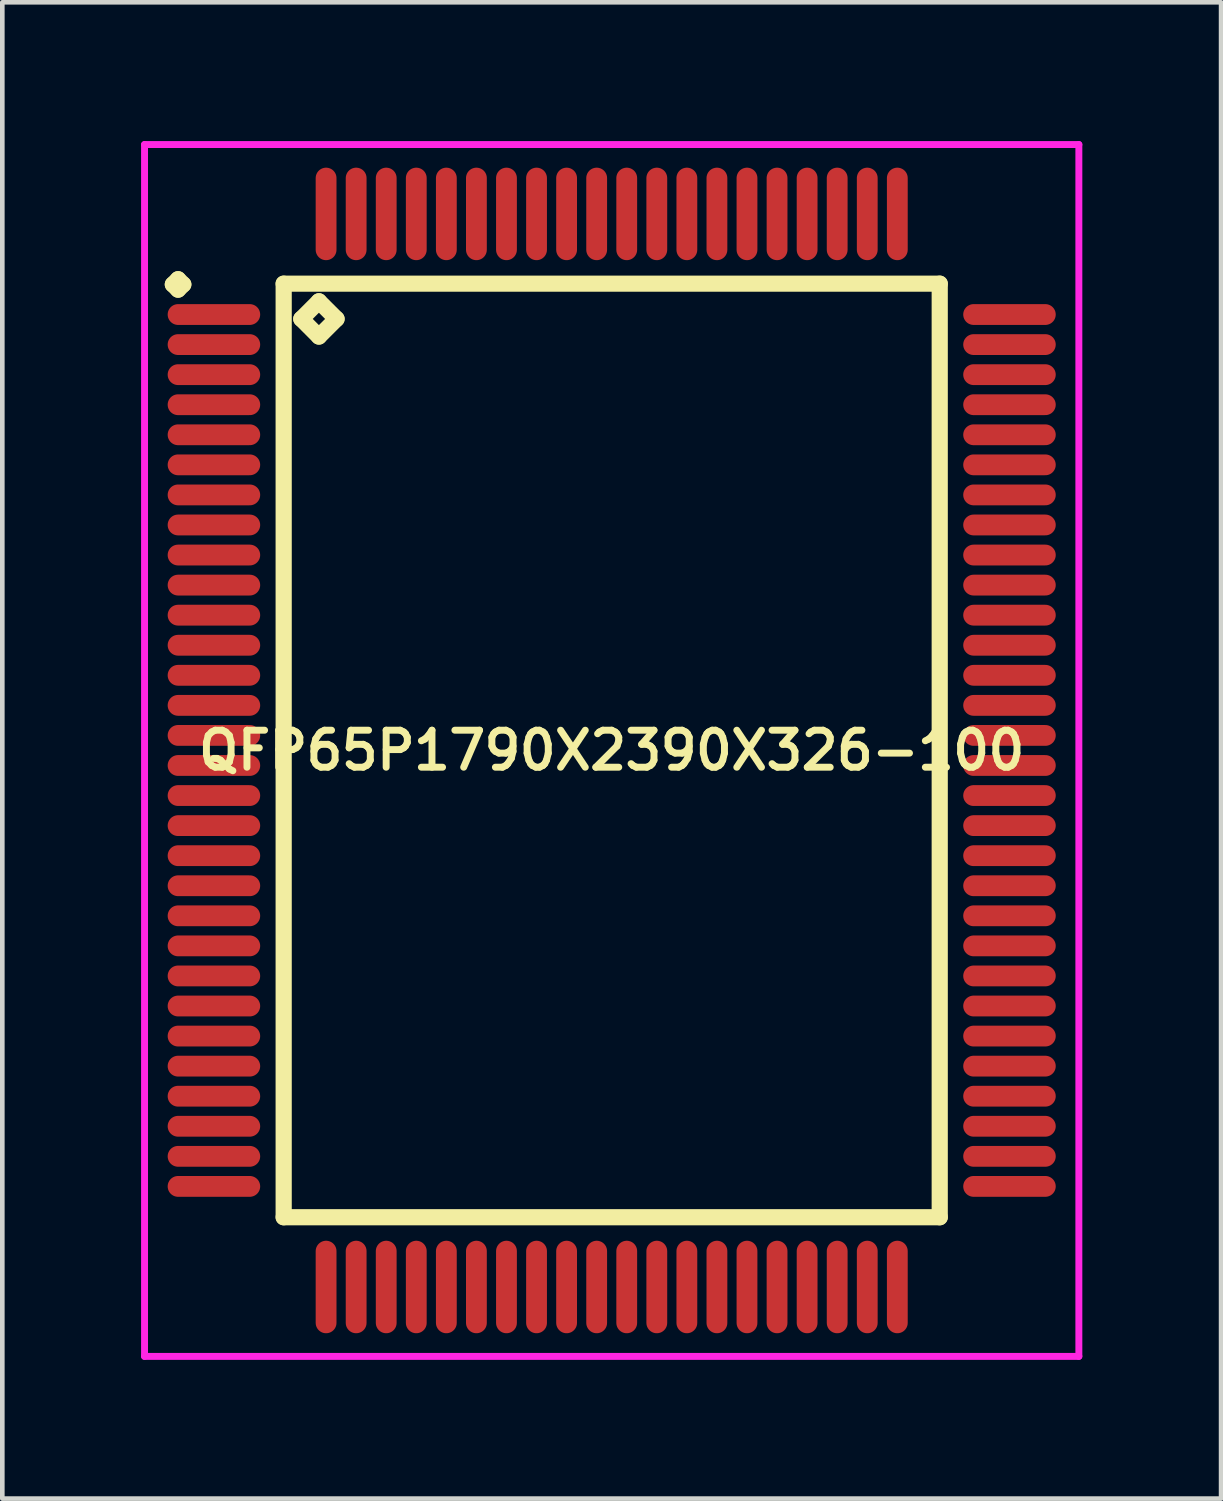
<source format=kicad_pcb>
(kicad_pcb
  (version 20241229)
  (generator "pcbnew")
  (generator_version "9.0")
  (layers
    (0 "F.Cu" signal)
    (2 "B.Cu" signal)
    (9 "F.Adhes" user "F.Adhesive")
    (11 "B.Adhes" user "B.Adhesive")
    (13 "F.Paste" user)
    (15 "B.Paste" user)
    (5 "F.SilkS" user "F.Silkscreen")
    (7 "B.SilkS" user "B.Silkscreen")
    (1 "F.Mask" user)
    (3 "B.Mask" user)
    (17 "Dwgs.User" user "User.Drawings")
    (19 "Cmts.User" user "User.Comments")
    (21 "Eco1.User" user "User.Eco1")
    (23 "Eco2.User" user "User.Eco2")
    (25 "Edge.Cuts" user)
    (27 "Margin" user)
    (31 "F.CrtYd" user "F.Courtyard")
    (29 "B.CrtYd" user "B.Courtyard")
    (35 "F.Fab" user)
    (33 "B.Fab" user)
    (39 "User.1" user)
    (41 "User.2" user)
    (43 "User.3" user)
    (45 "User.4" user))
  (footprint "QFP65P1790X2390X326-100"
    (layer "F.Cu")
    (at 10.175 13.175)
    (property "Reference" "QFP65P1790X2390X326-100" (at 0 0 0) (layer "F.SilkS") (effects (font (size 0.8 0.8) (thickness 0.15))))
    (attr through_hole)
    (fp_line (start -9.488 -10.075) (end -9.375 -10.188) (stroke (width 0.35) (type solid)) (layer "F.SilkS"))
    (fp_line (start -9.375 -10.188) (end -9.262 -10.075) (stroke (width 0.35) (type solid)) (layer "F.SilkS"))
    (fp_line (start -9.375 -9.963) (end -9.488 -10.075) (stroke (width 0.35) (type solid)) (layer "F.SilkS"))
    (fp_line (start -9.262 -10.075) (end -9.375 -9.963) (stroke (width 0.35) (type solid)) (layer "F.SilkS"))
    (fp_line (start -7.092 -10.092) (end -7.092 10.092) (stroke (width 0.35) (type solid)) (layer "F.SilkS"))
    (fp_line (start -7.092 10.092) (end 7.092 10.092) (stroke (width 0.35) (type solid)) (layer "F.SilkS"))
    (fp_line (start -6.711 -9.33) (end -6.33 -9.711) (stroke (width 0.35) (type solid)) (layer "F.SilkS"))
    (fp_line (start -6.33 -9.711) (end -5.949 -9.33) (stroke (width 0.35) (type solid)) (layer "F.SilkS"))
    (fp_line (start -6.33 -8.949) (end -6.711 -9.33) (stroke (width 0.35) (type solid)) (layer "F.SilkS"))
    (fp_line (start -5.949 -9.33) (end -6.33 -8.949) (stroke (width 0.35) (type solid)) (layer "F.SilkS"))
    (fp_line (start 7.092 -10.092) (end -7.092 -10.092) (stroke (width 0.35) (type solid)) (layer "F.SilkS"))
    (fp_line (start 7.092 10.092) (end 7.092 -10.092) (stroke (width 0.35) (type solid)) (layer "F.SilkS"))
    (fp_line (start -10.1 -13.1) (end 10.1 -13.1) (stroke (width 0.15) (type solid)) (layer "F.CrtYd"))
    (fp_line (start -10.1 13.1) (end -10.1 -13.1) (stroke (width 0.15) (type solid)) (layer "F.CrtYd"))
    (fp_line (start 10.1 -13.1) (end 10.1 13.1) (stroke (width 0.15) (type solid)) (layer "F.CrtYd"))
    (fp_line (start 10.1 13.1) (end -10.1 13.1) (stroke (width 0.15) (type solid)) (layer "F.CrtYd"))
    (pad "1" smd oval (at -8.6 -9.425) (size 2 0.45) (layers "F.Cu" "F.Mask" "F.Paste"))
    (pad "2" smd oval (at -8.6 -8.775) (size 2 0.45) (layers "F.Cu" "F.Mask" "F.Paste"))
    (pad "3" smd oval (at -8.6 -8.125) (size 2 0.45) (layers "F.Cu" "F.Mask" "F.Paste"))
    (pad "4" smd oval (at -8.6 -7.475) (size 2 0.45) (layers "F.Cu" "F.Mask" "F.Paste"))
    (pad "5" smd oval (at -8.6 -6.825) (size 2 0.45) (layers "F.Cu" "F.Mask" "F.Paste"))
    (pad "6" smd oval (at -8.6 -6.175) (size 2 0.45) (layers "F.Cu" "F.Mask" "F.Paste"))
    (pad "7" smd oval (at -8.6 -5.525) (size 2 0.45) (layers "F.Cu" "F.Mask" "F.Paste"))
    (pad "8" smd oval (at -8.6 -4.875) (size 2 0.45) (layers "F.Cu" "F.Mask" "F.Paste"))
    (pad "9" smd oval (at -8.6 -4.225) (size 2 0.45) (layers "F.Cu" "F.Mask" "F.Paste"))
    (pad "10" smd oval (at -8.6 -3.575) (size 2 0.45) (layers "F.Cu" "F.Mask" "F.Paste"))
    (pad "11" smd oval (at -8.6 -2.925) (size 2 0.45) (layers "F.Cu" "F.Mask" "F.Paste"))
    (pad "12" smd oval (at -8.6 -2.275) (size 2 0.45) (layers "F.Cu" "F.Mask" "F.Paste"))
    (pad "13" smd oval (at -8.6 -1.625) (size 2 0.45) (layers "F.Cu" "F.Mask" "F.Paste"))
    (pad "14" smd oval (at -8.6 -0.975) (size 2 0.45) (layers "F.Cu" "F.Mask" "F.Paste"))
    (pad "15" smd oval (at -8.6 -0.325) (size 2 0.45) (layers "F.Cu" "F.Mask" "F.Paste"))
    (pad "16" smd oval (at -8.6 0.325) (size 2 0.45) (layers "F.Cu" "F.Mask" "F.Paste"))
    (pad "17" smd oval (at -8.6 0.975) (size 2 0.45) (layers "F.Cu" "F.Mask" "F.Paste"))
    (pad "18" smd oval (at -8.6 1.625) (size 2 0.45) (layers "F.Cu" "F.Mask" "F.Paste"))
    (pad "19" smd oval (at -8.6 2.275) (size 2 0.45) (layers "F.Cu" "F.Mask" "F.Paste"))
    (pad "20" smd oval (at -8.6 2.925) (size 2 0.45) (layers "F.Cu" "F.Mask" "F.Paste"))
    (pad "21" smd oval (at -8.6 3.575) (size 2 0.45) (layers "F.Cu" "F.Mask" "F.Paste"))
    (pad "22" smd oval (at -8.6 4.225) (size 2 0.45) (layers "F.Cu" "F.Mask" "F.Paste"))
    (pad "23" smd oval (at -8.6 4.875) (size 2 0.45) (layers "F.Cu" "F.Mask" "F.Paste"))
    (pad "24" smd oval (at -8.6 5.525) (size 2 0.45) (layers "F.Cu" "F.Mask" "F.Paste"))
    (pad "25" smd oval (at -8.6 6.175) (size 2 0.45) (layers "F.Cu" "F.Mask" "F.Paste"))
    (pad "26" smd oval (at -8.6 6.825) (size 2 0.45) (layers "F.Cu" "F.Mask" "F.Paste"))
    (pad "27" smd oval (at -8.6 7.475) (size 2 0.45) (layers "F.Cu" "F.Mask" "F.Paste"))
    (pad "28" smd oval (at -8.6 8.125) (size 2 0.45) (layers "F.Cu" "F.Mask" "F.Paste"))
    (pad "29" smd oval (at -8.6 8.775) (size 2 0.45) (layers "F.Cu" "F.Mask" "F.Paste"))
    (pad "30" smd oval (at -8.6 9.425) (size 2 0.45) (layers "F.Cu" "F.Mask" "F.Paste"))
    (pad "31" smd oval (at -6.175 11.6) (size 0.45 2) (layers "F.Cu" "F.Mask" "F.Paste"))
    (pad "32" smd oval (at -5.525 11.6) (size 0.45 2) (layers "F.Cu" "F.Mask" "F.Paste"))
    (pad "33" smd oval (at -4.875 11.6) (size 0.45 2) (layers "F.Cu" "F.Mask" "F.Paste"))
    (pad "34" smd oval (at -4.225 11.6) (size 0.45 2) (layers "F.Cu" "F.Mask" "F.Paste"))
    (pad "35" smd oval (at -3.575 11.6) (size 0.45 2) (layers "F.Cu" "F.Mask" "F.Paste"))
    (pad "36" smd oval (at -2.925 11.6) (size 0.45 2) (layers "F.Cu" "F.Mask" "F.Paste"))
    (pad "37" smd oval (at -2.275 11.6) (size 0.45 2) (layers "F.Cu" "F.Mask" "F.Paste"))
    (pad "38" smd oval (at -1.625 11.6) (size 0.45 2) (layers "F.Cu" "F.Mask" "F.Paste"))
    (pad "39" smd oval (at -0.975 11.6) (size 0.45 2) (layers "F.Cu" "F.Mask" "F.Paste"))
    (pad "40" smd oval (at -0.325 11.6) (size 0.45 2) (layers "F.Cu" "F.Mask" "F.Paste"))
    (pad "41" smd oval (at 0.325 11.6) (size 0.45 2) (layers "F.Cu" "F.Mask" "F.Paste"))
    (pad "42" smd oval (at 0.975 11.6) (size 0.45 2) (layers "F.Cu" "F.Mask" "F.Paste"))
    (pad "43" smd oval (at 1.625 11.6) (size 0.45 2) (layers "F.Cu" "F.Mask" "F.Paste"))
    (pad "44" smd oval (at 2.275 11.6) (size 0.45 2) (layers "F.Cu" "F.Mask" "F.Paste"))
    (pad "45" smd oval (at 2.925 11.6) (size 0.45 2) (layers "F.Cu" "F.Mask" "F.Paste"))
    (pad "46" smd oval (at 3.575 11.6) (size 0.45 2) (layers "F.Cu" "F.Mask" "F.Paste"))
    (pad "47" smd oval (at 4.225 11.6) (size 0.45 2) (layers "F.Cu" "F.Mask" "F.Paste"))
    (pad "48" smd oval (at 4.875 11.6) (size 0.45 2) (layers "F.Cu" "F.Mask" "F.Paste"))
    (pad "49" smd oval (at 5.525 11.6) (size 0.45 2) (layers "F.Cu" "F.Mask" "F.Paste"))
    (pad "50" smd oval (at 6.175 11.6) (size 0.45 2) (layers "F.Cu" "F.Mask" "F.Paste"))
    (pad "51" smd oval (at 8.6 9.425) (size 2 0.45) (layers "F.Cu" "F.Mask" "F.Paste"))
    (pad "52" smd oval (at 8.6 8.775) (size 2 0.45) (layers "F.Cu" "F.Mask" "F.Paste"))
    (pad "53" smd oval (at 8.6 8.125) (size 2 0.45) (layers "F.Cu" "F.Mask" "F.Paste"))
    (pad "54" smd oval (at 8.6 7.475) (size 2 0.45) (layers "F.Cu" "F.Mask" "F.Paste"))
    (pad "55" smd oval (at 8.6 6.825) (size 2 0.45) (layers "F.Cu" "F.Mask" "F.Paste"))
    (pad "56" smd oval (at 8.6 6.175) (size 2 0.45) (layers "F.Cu" "F.Mask" "F.Paste"))
    (pad "57" smd oval (at 8.6 5.525) (size 2 0.45) (layers "F.Cu" "F.Mask" "F.Paste"))
    (pad "58" smd oval (at 8.6 4.875) (size 2 0.45) (layers "F.Cu" "F.Mask" "F.Paste"))
    (pad "59" smd oval (at 8.6 4.225) (size 2 0.45) (layers "F.Cu" "F.Mask" "F.Paste"))
    (pad "60" smd oval (at 8.6 3.575) (size 2 0.45) (layers "F.Cu" "F.Mask" "F.Paste"))
    (pad "61" smd oval (at 8.6 2.925) (size 2 0.45) (layers "F.Cu" "F.Mask" "F.Paste"))
    (pad "62" smd oval (at 8.6 2.275) (size 2 0.45) (layers "F.Cu" "F.Mask" "F.Paste"))
    (pad "63" smd oval (at 8.6 1.625) (size 2 0.45) (layers "F.Cu" "F.Mask" "F.Paste"))
    (pad "64" smd oval (at 8.6 0.975) (size 2 0.45) (layers "F.Cu" "F.Mask" "F.Paste"))
    (pad "65" smd oval (at 8.6 0.325) (size 2 0.45) (layers "F.Cu" "F.Mask" "F.Paste"))
    (pad "66" smd oval (at 8.6 -0.325) (size 2 0.45) (layers "F.Cu" "F.Mask" "F.Paste"))
    (pad "67" smd oval (at 8.6 -0.975) (size 2 0.45) (layers "F.Cu" "F.Mask" "F.Paste"))
    (pad "68" smd oval (at 8.6 -1.625) (size 2 0.45) (layers "F.Cu" "F.Mask" "F.Paste"))
    (pad "69" smd oval (at 8.6 -2.275) (size 2 0.45) (layers "F.Cu" "F.Mask" "F.Paste"))
    (pad "70" smd oval (at 8.6 -2.925) (size 2 0.45) (layers "F.Cu" "F.Mask" "F.Paste"))
    (pad "71" smd oval (at 8.6 -3.575) (size 2 0.45) (layers "F.Cu" "F.Mask" "F.Paste"))
    (pad "72" smd oval (at 8.6 -4.225) (size 2 0.45) (layers "F.Cu" "F.Mask" "F.Paste"))
    (pad "73" smd oval (at 8.6 -4.875) (size 2 0.45) (layers "F.Cu" "F.Mask" "F.Paste"))
    (pad "74" smd oval (at 8.6 -5.525) (size 2 0.45) (layers "F.Cu" "F.Mask" "F.Paste"))
    (pad "75" smd oval (at 8.6 -6.175) (size 2 0.45) (layers "F.Cu" "F.Mask" "F.Paste"))
    (pad "76" smd oval (at 8.6 -6.825) (size 2 0.45) (layers "F.Cu" "F.Mask" "F.Paste"))
    (pad "77" smd oval (at 8.6 -7.475) (size 2 0.45) (layers "F.Cu" "F.Mask" "F.Paste"))
    (pad "78" smd oval (at 8.6 -8.125) (size 2 0.45) (layers "F.Cu" "F.Mask" "F.Paste"))
    (pad "79" smd oval (at 8.6 -8.775) (size 2 0.45) (layers "F.Cu" "F.Mask" "F.Paste"))
    (pad "80" smd oval (at 8.6 -9.425) (size 2 0.45) (layers "F.Cu" "F.Mask" "F.Paste"))
    (pad "81" smd oval (at 6.175 -11.6) (size 0.45 2) (layers "F.Cu" "F.Mask" "F.Paste"))
    (pad "82" smd oval (at 5.525 -11.6) (size 0.45 2) (layers "F.Cu" "F.Mask" "F.Paste"))
    (pad "83" smd oval (at 4.875 -11.6) (size 0.45 2) (layers "F.Cu" "F.Mask" "F.Paste"))
    (pad "84" smd oval (at 4.225 -11.6) (size 0.45 2) (layers "F.Cu" "F.Mask" "F.Paste"))
    (pad "85" smd oval (at 3.575 -11.6) (size 0.45 2) (layers "F.Cu" "F.Mask" "F.Paste"))
    (pad "86" smd oval (at 2.925 -11.6) (size 0.45 2) (layers "F.Cu" "F.Mask" "F.Paste"))
    (pad "87" smd oval (at 2.275 -11.6) (size 0.45 2) (layers "F.Cu" "F.Mask" "F.Paste"))
    (pad "88" smd oval (at 1.625 -11.6) (size 0.45 2) (layers "F.Cu" "F.Mask" "F.Paste"))
    (pad "89" smd oval (at 0.975 -11.6) (size 0.45 2) (layers "F.Cu" "F.Mask" "F.Paste"))
    (pad "90" smd oval (at 0.325 -11.6) (size 0.45 2) (layers "F.Cu" "F.Mask" "F.Paste"))
    (pad "91" smd oval (at -0.325 -11.6) (size 0.45 2) (layers "F.Cu" "F.Mask" "F.Paste"))
    (pad "92" smd oval (at -0.975 -11.6) (size 0.45 2) (layers "F.Cu" "F.Mask" "F.Paste"))
    (pad "93" smd oval (at -1.625 -11.6) (size 0.45 2) (layers "F.Cu" "F.Mask" "F.Paste"))
    (pad "94" smd oval (at -2.275 -11.6) (size 0.45 2) (layers "F.Cu" "F.Mask" "F.Paste"))
    (pad "95" smd oval (at -2.925 -11.6) (size 0.45 2) (layers "F.Cu" "F.Mask" "F.Paste"))
    (pad "96" smd oval (at -3.575 -11.6) (size 0.45 2) (layers "F.Cu" "F.Mask" "F.Paste"))
    (pad "97" smd oval (at -4.225 -11.6) (size 0.45 2) (layers "F.Cu" "F.Mask" "F.Paste"))
    (pad "98" smd oval (at -4.875 -11.6) (size 0.45 2) (layers "F.Cu" "F.Mask" "F.Paste"))
    (pad "99" smd oval (at -5.525 -11.6) (size 0.45 2) (layers "F.Cu" "F.Mask" "F.Paste"))
    (pad "100" smd oval (at -6.175 -11.6) (size 0.45 2) (layers "F.Cu" "F.Mask" "F.Paste")))
  (gr_rect
    (start -3 -3)
    (end 23.35 29.35)
    (stroke (width 0.1) (type default))
    (fill no)
    (layer "Edge.Cuts")))
</source>
